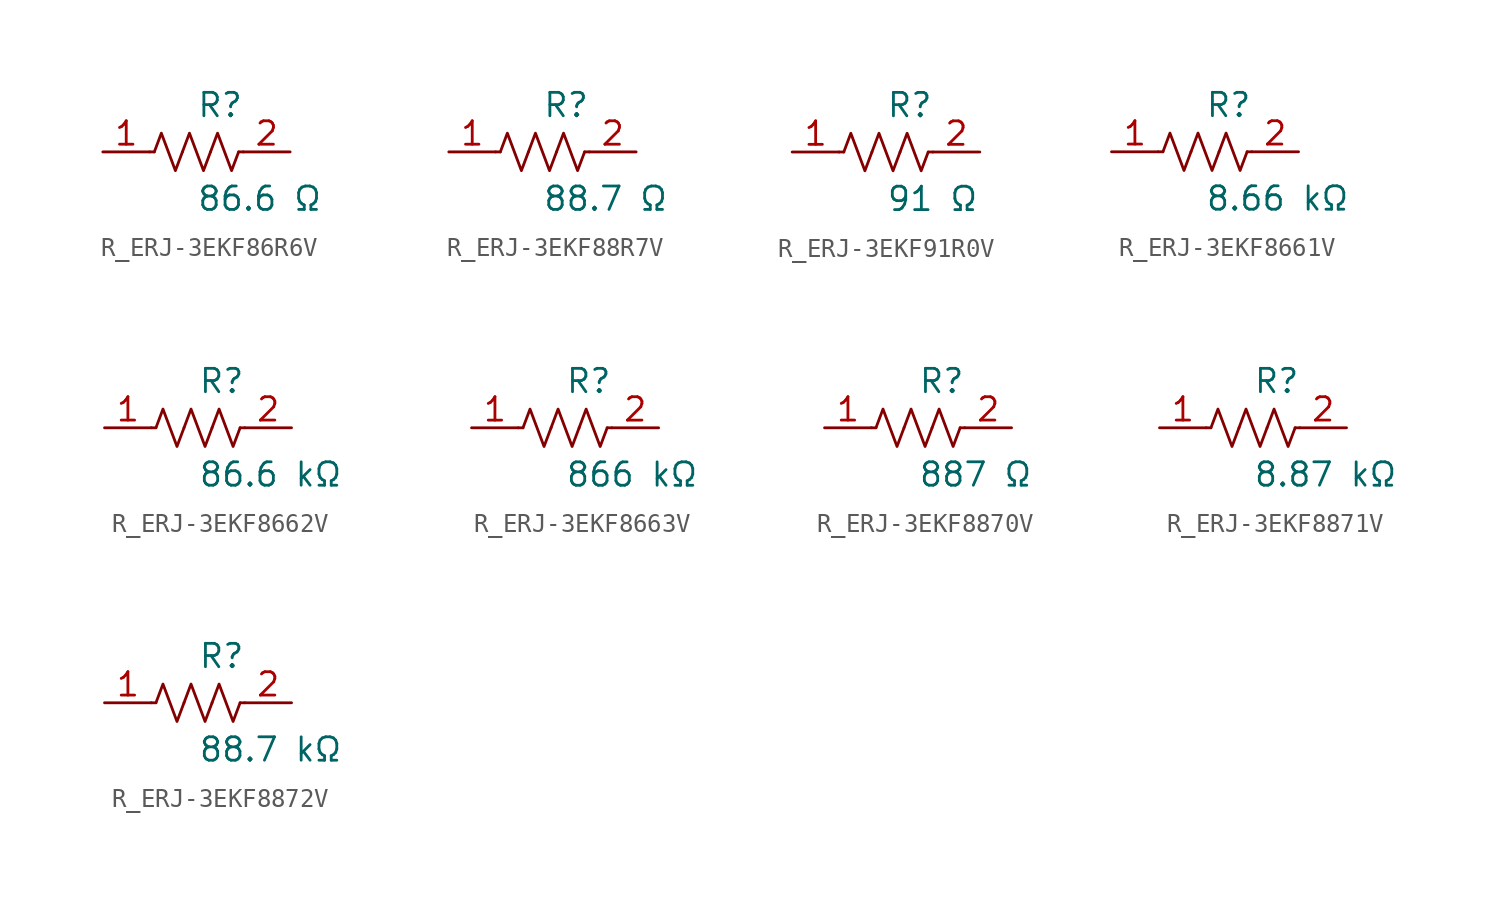
<source format=kicad_sym>
(kicad_symbol_lib
  (version 20231120)
  (generator kicad_symbol_editor)
  (generator_version 8.0)
  (symbol "R_ERJ-3EKF86R6V"
    (pin_names
      (offset 0.254))
    (property "Reference" "R"
      (at 0.0 2.54 0)
      (effects (font (size 1.27 1.27)) (justify left)))
    (property "Value" "86.6 Ω"
      (at 0.0 -2.54 0)
      (effects (font (size 1.27 1.27)) (justify left)))
    (symbol "R_ERJ-3EKF86R6V_0_1"
      (polyline (pts (xy 2.286 0) (xy 2.54 0)) (stroke (width 0) (type default)) (fill (type none)))
      (polyline (pts (xy -2.286 0) (xy -2.54 0)) (stroke (width 0) (type default)) (fill (type none)))
      (polyline (pts (xy 0.762 0) (xy 1.143 1.016) (xy 1.524 0) (xy 1.905 -1.016) (xy 2.286 0)) (stroke (width 0) (type default)) (fill (type none)))
      (polyline (pts (xy -0.762 0) (xy -0.381 1.016) (xy 0 0) (xy 0.381 -1.016) (xy 0.762 0)) (stroke (width 0) (type default)) (fill (type none)))
      (polyline (pts (xy -2.286 0) (xy -1.905 1.016) (xy -1.524 0) (xy -1.143 -1.016) (xy -0.762 0)) (stroke (width 0) (type default)) (fill (type none))))
    (pin unspecified line
      (at -5.08 0 0)
      (length 2.54)
      (name "" (effects (font (size 1.27 1.27))))
      (number "1" (effects (font (size 1.27 1.27)))))
    (pin unspecified line
      (at 5.08 0 180)
      (length 2.54)
      (name "" (effects (font (size 1.27 1.27))))
      (number "2" (effects (font (size 1.27 1.27))))))
  (symbol "R_ERJ-3EKF88R7V"
    (pin_names
      (offset 0.254))
    (property "Reference" "R"
      (at 0.0 2.54 0)
      (effects (font (size 1.27 1.27)) (justify left)))
    (property "Value" "88.7 Ω"
      (at 0.0 -2.54 0)
      (effects (font (size 1.27 1.27)) (justify left)))
    (symbol "R_ERJ-3EKF88R7V_0_1"
      (polyline (pts (xy 2.286 0) (xy 2.54 0)) (stroke (width 0) (type default)) (fill (type none)))
      (polyline (pts (xy -2.286 0) (xy -2.54 0)) (stroke (width 0) (type default)) (fill (type none)))
      (polyline (pts (xy 0.762 0) (xy 1.143 1.016) (xy 1.524 0) (xy 1.905 -1.016) (xy 2.286 0)) (stroke (width 0) (type default)) (fill (type none)))
      (polyline (pts (xy -0.762 0) (xy -0.381 1.016) (xy 0 0) (xy 0.381 -1.016) (xy 0.762 0)) (stroke (width 0) (type default)) (fill (type none)))
      (polyline (pts (xy -2.286 0) (xy -1.905 1.016) (xy -1.524 0) (xy -1.143 -1.016) (xy -0.762 0)) (stroke (width 0) (type default)) (fill (type none))))
    (pin unspecified line
      (at -5.08 0 0)
      (length 2.54)
      (name "" (effects (font (size 1.27 1.27))))
      (number "1" (effects (font (size 1.27 1.27)))))
    (pin unspecified line
      (at 5.08 0 180)
      (length 2.54)
      (name "" (effects (font (size 1.27 1.27))))
      (number "2" (effects (font (size 1.27 1.27))))))
  (symbol "R_ERJ-3EKF91R0V"
    (pin_names
      (offset 0.254))
    (property "Reference" "R"
      (at 0.0 2.54 0)
      (effects (font (size 1.27 1.27)) (justify left)))
    (property "Value" "91 Ω"
      (at 0.0 -2.54 0)
      (effects (font (size 1.27 1.27)) (justify left)))
    (symbol "R_ERJ-3EKF91R0V_0_1"
      (polyline (pts (xy 2.286 0) (xy 2.54 0)) (stroke (width 0) (type default)) (fill (type none)))
      (polyline (pts (xy -2.286 0) (xy -2.54 0)) (stroke (width 0) (type default)) (fill (type none)))
      (polyline (pts (xy 0.762 0) (xy 1.143 1.016) (xy 1.524 0) (xy 1.905 -1.016) (xy 2.286 0)) (stroke (width 0) (type default)) (fill (type none)))
      (polyline (pts (xy -0.762 0) (xy -0.381 1.016) (xy 0 0) (xy 0.381 -1.016) (xy 0.762 0)) (stroke (width 0) (type default)) (fill (type none)))
      (polyline (pts (xy -2.286 0) (xy -1.905 1.016) (xy -1.524 0) (xy -1.143 -1.016) (xy -0.762 0)) (stroke (width 0) (type default)) (fill (type none))))
    (pin unspecified line
      (at -5.08 0 0)
      (length 2.54)
      (name "" (effects (font (size 1.27 1.27))))
      (number "1" (effects (font (size 1.27 1.27)))))
    (pin unspecified line
      (at 5.08 0 180)
      (length 2.54)
      (name "" (effects (font (size 1.27 1.27))))
      (number "2" (effects (font (size 1.27 1.27))))))
  (symbol "R_ERJ-3EKF8661V"
    (pin_names
      (offset 0.254))
    (property "Reference" "R"
      (at 0.0 2.54 0)
      (effects (font (size 1.27 1.27)) (justify left)))
    (property "Value" "8.66 kΩ"
      (at 0.0 -2.54 0)
      (effects (font (size 1.27 1.27)) (justify left)))
    (symbol "R_ERJ-3EKF8661V_0_1"
      (polyline (pts (xy 2.286 0) (xy 2.54 0)) (stroke (width 0) (type default)) (fill (type none)))
      (polyline (pts (xy -2.286 0) (xy -2.54 0)) (stroke (width 0) (type default)) (fill (type none)))
      (polyline (pts (xy 0.762 0) (xy 1.143 1.016) (xy 1.524 0) (xy 1.905 -1.016) (xy 2.286 0)) (stroke (width 0) (type default)) (fill (type none)))
      (polyline (pts (xy -0.762 0) (xy -0.381 1.016) (xy 0 0) (xy 0.381 -1.016) (xy 0.762 0)) (stroke (width 0) (type default)) (fill (type none)))
      (polyline (pts (xy -2.286 0) (xy -1.905 1.016) (xy -1.524 0) (xy -1.143 -1.016) (xy -0.762 0)) (stroke (width 0) (type default)) (fill (type none))))
    (pin unspecified line
      (at -5.08 0 0)
      (length 2.54)
      (name "" (effects (font (size 1.27 1.27))))
      (number "1" (effects (font (size 1.27 1.27)))))
    (pin unspecified line
      (at 5.08 0 180)
      (length 2.54)
      (name "" (effects (font (size 1.27 1.27))))
      (number "2" (effects (font (size 1.27 1.27))))))
  (symbol "R_ERJ-3EKF8662V"
    (pin_names
      (offset 0.254))
    (property "Reference" "R"
      (at 0.0 2.54 0)
      (effects (font (size 1.27 1.27)) (justify left)))
    (property "Value" "86.6 kΩ"
      (at 0.0 -2.54 0)
      (effects (font (size 1.27 1.27)) (justify left)))
    (symbol "R_ERJ-3EKF8662V_0_1"
      (polyline (pts (xy 2.286 0) (xy 2.54 0)) (stroke (width 0) (type default)) (fill (type none)))
      (polyline (pts (xy -2.286 0) (xy -2.54 0)) (stroke (width 0) (type default)) (fill (type none)))
      (polyline (pts (xy 0.762 0) (xy 1.143 1.016) (xy 1.524 0) (xy 1.905 -1.016) (xy 2.286 0)) (stroke (width 0) (type default)) (fill (type none)))
      (polyline (pts (xy -0.762 0) (xy -0.381 1.016) (xy 0 0) (xy 0.381 -1.016) (xy 0.762 0)) (stroke (width 0) (type default)) (fill (type none)))
      (polyline (pts (xy -2.286 0) (xy -1.905 1.016) (xy -1.524 0) (xy -1.143 -1.016) (xy -0.762 0)) (stroke (width 0) (type default)) (fill (type none))))
    (pin unspecified line
      (at -5.08 0 0)
      (length 2.54)
      (name "" (effects (font (size 1.27 1.27))))
      (number "1" (effects (font (size 1.27 1.27)))))
    (pin unspecified line
      (at 5.08 0 180)
      (length 2.54)
      (name "" (effects (font (size 1.27 1.27))))
      (number "2" (effects (font (size 1.27 1.27))))))
  (symbol "R_ERJ-3EKF8663V"
    (pin_names
      (offset 0.254))
    (property "Reference" "R"
      (at 0.0 2.54 0)
      (effects (font (size 1.27 1.27)) (justify left)))
    (property "Value" "866 kΩ"
      (at 0.0 -2.54 0)
      (effects (font (size 1.27 1.27)) (justify left)))
    (symbol "R_ERJ-3EKF8663V_0_1"
      (polyline (pts (xy 2.286 0) (xy 2.54 0)) (stroke (width 0) (type default)) (fill (type none)))
      (polyline (pts (xy -2.286 0) (xy -2.54 0)) (stroke (width 0) (type default)) (fill (type none)))
      (polyline (pts (xy 0.762 0) (xy 1.143 1.016) (xy 1.524 0) (xy 1.905 -1.016) (xy 2.286 0)) (stroke (width 0) (type default)) (fill (type none)))
      (polyline (pts (xy -0.762 0) (xy -0.381 1.016) (xy 0 0) (xy 0.381 -1.016) (xy 0.762 0)) (stroke (width 0) (type default)) (fill (type none)))
      (polyline (pts (xy -2.286 0) (xy -1.905 1.016) (xy -1.524 0) (xy -1.143 -1.016) (xy -0.762 0)) (stroke (width 0) (type default)) (fill (type none))))
    (pin unspecified line
      (at -5.08 0 0)
      (length 2.54)
      (name "" (effects (font (size 1.27 1.27))))
      (number "1" (effects (font (size 1.27 1.27)))))
    (pin unspecified line
      (at 5.08 0 180)
      (length 2.54)
      (name "" (effects (font (size 1.27 1.27))))
      (number "2" (effects (font (size 1.27 1.27))))))
  (symbol "R_ERJ-3EKF8870V"
    (pin_names
      (offset 0.254))
    (property "Reference" "R"
      (at 0.0 2.54 0)
      (effects (font (size 1.27 1.27)) (justify left)))
    (property "Value" "887 Ω"
      (at 0.0 -2.54 0)
      (effects (font (size 1.27 1.27)) (justify left)))
    (symbol "R_ERJ-3EKF8870V_0_1"
      (polyline (pts (xy 2.286 0) (xy 2.54 0)) (stroke (width 0) (type default)) (fill (type none)))
      (polyline (pts (xy -2.286 0) (xy -2.54 0)) (stroke (width 0) (type default)) (fill (type none)))
      (polyline (pts (xy 0.762 0) (xy 1.143 1.016) (xy 1.524 0) (xy 1.905 -1.016) (xy 2.286 0)) (stroke (width 0) (type default)) (fill (type none)))
      (polyline (pts (xy -0.762 0) (xy -0.381 1.016) (xy 0 0) (xy 0.381 -1.016) (xy 0.762 0)) (stroke (width 0) (type default)) (fill (type none)))
      (polyline (pts (xy -2.286 0) (xy -1.905 1.016) (xy -1.524 0) (xy -1.143 -1.016) (xy -0.762 0)) (stroke (width 0) (type default)) (fill (type none))))
    (pin unspecified line
      (at -5.08 0 0)
      (length 2.54)
      (name "" (effects (font (size 1.27 1.27))))
      (number "1" (effects (font (size 1.27 1.27)))))
    (pin unspecified line
      (at 5.08 0 180)
      (length 2.54)
      (name "" (effects (font (size 1.27 1.27))))
      (number "2" (effects (font (size 1.27 1.27))))))
  (symbol "R_ERJ-3EKF8871V"
    (pin_names
      (offset 0.254))
    (property "Reference" "R"
      (at 0.0 2.54 0)
      (effects (font (size 1.27 1.27)) (justify left)))
    (property "Value" "8.87 kΩ"
      (at 0.0 -2.54 0)
      (effects (font (size 1.27 1.27)) (justify left)))
    (symbol "R_ERJ-3EKF8871V_0_1"
      (polyline (pts (xy 2.286 0) (xy 2.54 0)) (stroke (width 0) (type default)) (fill (type none)))
      (polyline (pts (xy -2.286 0) (xy -2.54 0)) (stroke (width 0) (type default)) (fill (type none)))
      (polyline (pts (xy 0.762 0) (xy 1.143 1.016) (xy 1.524 0) (xy 1.905 -1.016) (xy 2.286 0)) (stroke (width 0) (type default)) (fill (type none)))
      (polyline (pts (xy -0.762 0) (xy -0.381 1.016) (xy 0 0) (xy 0.381 -1.016) (xy 0.762 0)) (stroke (width 0) (type default)) (fill (type none)))
      (polyline (pts (xy -2.286 0) (xy -1.905 1.016) (xy -1.524 0) (xy -1.143 -1.016) (xy -0.762 0)) (stroke (width 0) (type default)) (fill (type none))))
    (pin unspecified line
      (at -5.08 0 0)
      (length 2.54)
      (name "" (effects (font (size 1.27 1.27))))
      (number "1" (effects (font (size 1.27 1.27)))))
    (pin unspecified line
      (at 5.08 0 180)
      (length 2.54)
      (name "" (effects (font (size 1.27 1.27))))
      (number "2" (effects (font (size 1.27 1.27))))))
  (symbol "R_ERJ-3EKF8872V"
    (pin_names
      (offset 0.254))
    (property "Reference" "R"
      (at 0.0 2.54 0)
      (effects (font (size 1.27 1.27)) (justify left)))
    (property "Value" "88.7 kΩ"
      (at 0.0 -2.54 0)
      (effects (font (size 1.27 1.27)) (justify left)))
    (symbol "R_ERJ-3EKF8872V_0_1"
      (polyline (pts (xy 2.286 0) (xy 2.54 0)) (stroke (width 0) (type default)) (fill (type none)))
      (polyline (pts (xy -2.286 0) (xy -2.54 0)) (stroke (width 0) (type default)) (fill (type none)))
      (polyline (pts (xy 0.762 0) (xy 1.143 1.016) (xy 1.524 0) (xy 1.905 -1.016) (xy 2.286 0)) (stroke (width 0) (type default)) (fill (type none)))
      (polyline (pts (xy -0.762 0) (xy -0.381 1.016) (xy 0 0) (xy 0.381 -1.016) (xy 0.762 0)) (stroke (width 0) (type default)) (fill (type none)))
      (polyline (pts (xy -2.286 0) (xy -1.905 1.016) (xy -1.524 0) (xy -1.143 -1.016) (xy -0.762 0)) (stroke (width 0) (type default)) (fill (type none))))
    (pin unspecified line
      (at -5.08 0 0)
      (length 2.54)
      (name "" (effects (font (size 1.27 1.27))))
      (number "1" (effects (font (size 1.27 1.27)))))
    (pin unspecified line
      (at 5.08 0 180)
      (length 2.54)
      (name "" (effects (font (size 1.27 1.27))))
      (number "2" (effects (font (size 1.27 1.27)))))))
</source>
